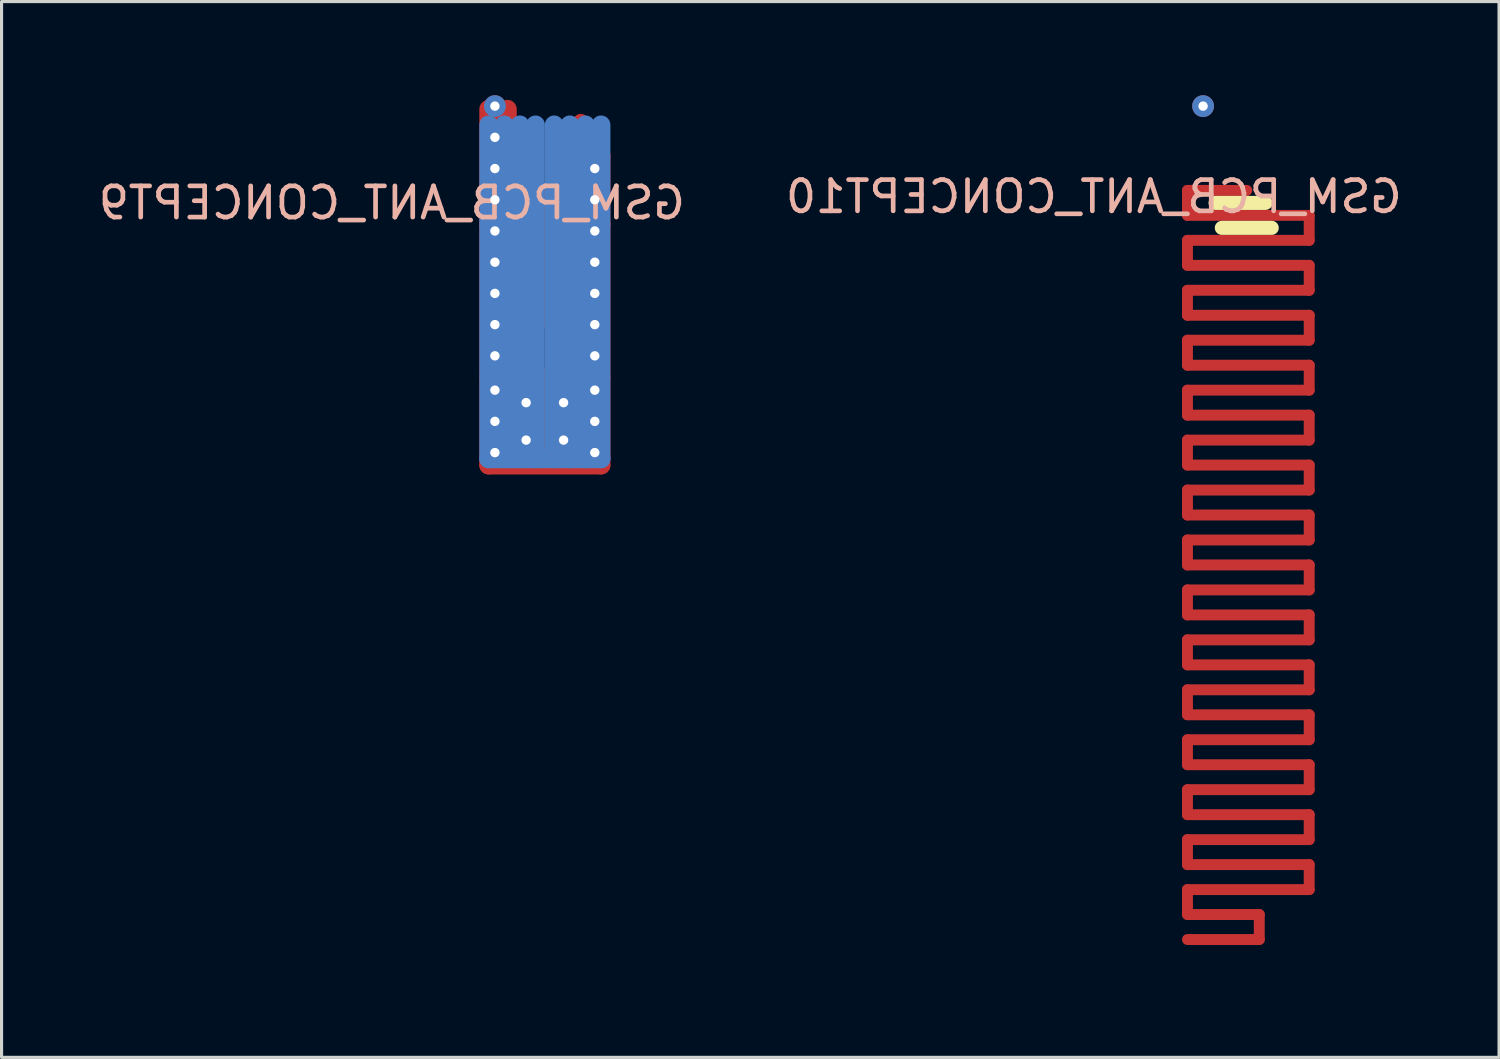
<source format=kicad_pcb>
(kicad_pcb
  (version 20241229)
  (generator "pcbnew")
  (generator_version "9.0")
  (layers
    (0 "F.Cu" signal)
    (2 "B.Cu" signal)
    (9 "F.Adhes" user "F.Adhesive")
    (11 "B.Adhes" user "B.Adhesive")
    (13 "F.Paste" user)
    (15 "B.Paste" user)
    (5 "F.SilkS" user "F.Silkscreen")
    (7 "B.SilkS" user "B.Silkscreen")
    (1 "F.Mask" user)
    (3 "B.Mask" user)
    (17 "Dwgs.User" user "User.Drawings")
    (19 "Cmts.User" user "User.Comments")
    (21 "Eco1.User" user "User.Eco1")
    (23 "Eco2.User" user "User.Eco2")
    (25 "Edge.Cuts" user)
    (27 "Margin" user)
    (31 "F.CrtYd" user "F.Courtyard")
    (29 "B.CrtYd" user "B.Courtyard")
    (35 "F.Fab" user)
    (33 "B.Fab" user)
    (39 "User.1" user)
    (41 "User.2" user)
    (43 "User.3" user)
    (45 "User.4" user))
  (footprint "GSM_PCB_ANT_CONCEPT10"
    (layer "F.Cu")
    (at 36.894 3.05)
    (property "Reference" "GSM_PCB_ANT_CONCEPT10" (at -4.9 0.2 0) (layer "B.SilkS") (effects (font (size 1 1) (thickness 0.15)) (justify mirror)))
    (attr through_hole)
    (fp_line (start -1.9 0) (end -1.9 0.8) (stroke (width 0.35) (type solid)) (layer "F.Cu"))
    (fp_line (start -1.9 1.6) (end -1.9 2.4) (stroke (width 0.35) (type solid)) (layer "F.Cu"))
    (fp_line (start -1.9 3.2) (end -1.9 4) (stroke (width 0.35) (type solid)) (layer "F.Cu"))
    (fp_line (start -1.9 4.8) (end -1.9 5.6) (stroke (width 0.35) (type solid)) (layer "F.Cu"))
    (fp_line (start -1.9 6.4) (end -1.9 7.2) (stroke (width 0.35) (type solid)) (layer "F.Cu"))
    (fp_line (start -1.9 8) (end -1.9 8.8) (stroke (width 0.35) (type solid)) (layer "F.Cu"))
    (fp_line (start -1.9 9.6) (end -1.9 10.4) (stroke (width 0.35) (type solid)) (layer "F.Cu"))
    (fp_line (start -1.9 11.2) (end -1.9 12) (stroke (width 0.35) (type solid)) (layer "F.Cu"))
    (fp_line (start -1.9 12.8) (end -1.9 13.6) (stroke (width 0.35) (type solid)) (layer "F.Cu"))
    (fp_line (start -1.9 14.4) (end -1.9 15.2) (stroke (width 0.35) (type solid)) (layer "F.Cu"))
    (fp_line (start -1.9 16) (end -1.9 16.8) (stroke (width 0.35) (type solid)) (layer "F.Cu"))
    (fp_line (start -1.9 17.6) (end -1.9 18.4) (stroke (width 0.35) (type solid)) (layer "F.Cu"))
    (fp_line (start -1.9 19.2) (end -1.9 20) (stroke (width 0.35) (type solid)) (layer "F.Cu"))
    (fp_line (start -1.9 20.8) (end -1.9 21.6) (stroke (width 0.35) (type solid)) (layer "F.Cu"))
    (fp_line (start -1.9 22.4) (end -1.9 23.2) (stroke (width 0.35) (type solid)) (layer "F.Cu"))
    (fp_line (start 0 0) (end -1.9 0) (stroke (width 0.35) (type solid)) (layer "F.Cu"))
    (fp_line (start 0.4 23.2) (end -1.9 23.2) (stroke (width 0.35) (type solid)) (layer "F.Cu"))
    (fp_line (start 0.4 23.2) (end 0.4 24) (stroke (width 0.35) (type solid)) (layer "F.Cu"))
    (fp_line (start 0.4 24) (end -1.9 24) (stroke (width 0.35) (type solid)) (layer "F.Cu"))
    (fp_line (start 2 0.8) (end -1.9 0.8) (stroke (width 0.35) (type solid)) (layer "F.Cu"))
    (fp_line (start 2 0.8) (end 2 1.6) (stroke (width 0.35) (type solid)) (layer "F.Cu"))
    (fp_line (start 2 1.6) (end -1.9 1.6) (stroke (width 0.35) (type solid)) (layer "F.Cu"))
    (fp_line (start 2 2.4) (end -1.9 2.4) (stroke (width 0.35) (type solid)) (layer "F.Cu"))
    (fp_line (start 2 2.4) (end 2 3.2) (stroke (width 0.35) (type solid)) (layer "F.Cu"))
    (fp_line (start 2 3.2) (end -1.9 3.2) (stroke (width 0.35) (type solid)) (layer "F.Cu"))
    (fp_line (start 2 4) (end -1.9 4) (stroke (width 0.35) (type solid)) (layer "F.Cu"))
    (fp_line (start 2 4) (end 2 4.8) (stroke (width 0.35) (type solid)) (layer "F.Cu"))
    (fp_line (start 2 4.8) (end -1.9 4.8) (stroke (width 0.35) (type solid)) (layer "F.Cu"))
    (fp_line (start 2 5.6) (end -1.9 5.6) (stroke (width 0.35) (type solid)) (layer "F.Cu"))
    (fp_line (start 2 5.6) (end 2 6.4) (stroke (width 0.35) (type solid)) (layer "F.Cu"))
    (fp_line (start 2 6.4) (end -1.9 6.4) (stroke (width 0.35) (type solid)) (layer "F.Cu"))
    (fp_line (start 2 7.2) (end -1.9 7.2) (stroke (width 0.35) (type solid)) (layer "F.Cu"))
    (fp_line (start 2 7.2) (end 2 8) (stroke (width 0.35) (type solid)) (layer "F.Cu"))
    (fp_line (start 2 8) (end -1.9 8) (stroke (width 0.35) (type solid)) (layer "F.Cu"))
    (fp_line (start 2 8.8) (end -1.9 8.8) (stroke (width 0.35) (type solid)) (layer "F.Cu"))
    (fp_line (start 2 8.8) (end 2 9.6) (stroke (width 0.35) (type solid)) (layer "F.Cu"))
    (fp_line (start 2 9.6) (end -1.9 9.6) (stroke (width 0.35) (type solid)) (layer "F.Cu"))
    (fp_line (start 2 10.4) (end -1.9 10.4) (stroke (width 0.35) (type solid)) (layer "F.Cu"))
    (fp_line (start 2 10.4) (end 2 11.2) (stroke (width 0.35) (type solid)) (layer "F.Cu"))
    (fp_line (start 2 11.2) (end -1.9 11.2) (stroke (width 0.35) (type solid)) (layer "F.Cu"))
    (fp_line (start 2 12) (end -1.9 12) (stroke (width 0.35) (type solid)) (layer "F.Cu"))
    (fp_line (start 2 12) (end 2 12.8) (stroke (width 0.35) (type solid)) (layer "F.Cu"))
    (fp_line (start 2 12.8) (end -1.9 12.8) (stroke (width 0.35) (type solid)) (layer "F.Cu"))
    (fp_line (start 2 13.6) (end -1.9 13.6) (stroke (width 0.35) (type solid)) (layer "F.Cu"))
    (fp_line (start 2 13.6) (end 2 14.4) (stroke (width 0.35) (type solid)) (layer "F.Cu"))
    (fp_line (start 2 14.4) (end -1.9 14.4) (stroke (width 0.35) (type solid)) (layer "F.Cu"))
    (fp_line (start 2 15.2) (end -1.9 15.2) (stroke (width 0.35) (type solid)) (layer "F.Cu"))
    (fp_line (start 2 15.2) (end 2 16) (stroke (width 0.35) (type solid)) (layer "F.Cu"))
    (fp_line (start 2 16) (end -1.9 16) (stroke (width 0.35) (type solid)) (layer "F.Cu"))
    (fp_line (start 2 16.8) (end -1.9 16.8) (stroke (width 0.35) (type solid)) (layer "F.Cu"))
    (fp_line (start 2 16.8) (end 2 17.6) (stroke (width 0.35) (type solid)) (layer "F.Cu"))
    (fp_line (start 2 17.6) (end -1.9 17.6) (stroke (width 0.35) (type solid)) (layer "F.Cu"))
    (fp_line (start 2 18.4) (end -1.9 18.4) (stroke (width 0.35) (type solid)) (layer "F.Cu"))
    (fp_line (start 2 18.4) (end 2 19.2) (stroke (width 0.35) (type solid)) (layer "F.Cu"))
    (fp_line (start 2 19.2) (end -1.9 19.2) (stroke (width 0.35) (type solid)) (layer "F.Cu"))
    (fp_line (start 2 20) (end -1.9 20) (stroke (width 0.35) (type solid)) (layer "F.Cu"))
    (fp_line (start 2 20) (end 2 20.8) (stroke (width 0.35) (type solid)) (layer "F.Cu"))
    (fp_line (start 2 20.8) (end -1.9 20.8) (stroke (width 0.35) (type solid)) (layer "F.Cu"))
    (fp_line (start 2 21.6) (end -1.9 21.6) (stroke (width 0.35) (type solid)) (layer "F.Cu"))
    (fp_line (start 2 21.6) (end 2 22.4) (stroke (width 0.35) (type solid)) (layer "F.Cu"))
    (fp_line (start 2 22.4) (end -1.9 22.4) (stroke (width 0.35) (type solid)) (layer "F.Cu"))
    (fp_line (start -1 0.4) (end 0.6 0.4) (stroke (width 0.45) (type solid)) (layer "F.SilkS"))
    (fp_line (start -0.8 1.2) (end 0.8 1.2) (stroke (width 0.45) (type solid)) (layer "F.SilkS"))
    (fp_line (start -2.15 -2.3) (end -2.15 22.6) (stroke (width 0.05) (type solid)) (layer "Eco1.User"))
    (fp_line (start -2.15 -2.3) (end 2.25 -2.3) (stroke (width 0.05) (type solid)) (layer "Eco1.User"))
    (fp_line (start -2.15 22.6) (end 2.05 22.6) (stroke (width 0.05) (type solid)) (layer "Eco1.User"))
    (fp_line (start -2.15 22.7) (end -2.15 22.8) (stroke (width 0.05) (type solid)) (layer "Eco1.User"))
    (fp_line (start -2.15 22.95) (end -2.15 23.05) (stroke (width 0.05) (type solid)) (layer "Eco1.User"))
    (fp_line (start -2.15 23.2) (end -2.15 23.3) (stroke (width 0.05) (type solid)) (layer "Eco1.User"))
    (fp_line (start -2.15 23.45) (end -2.15 23.55) (stroke (width 0.05) (type solid)) (layer "Eco1.User"))
    (fp_line (start -2.15 23.7) (end -2.15 23.8) (stroke (width 0.05) (type solid)) (layer "Eco1.User"))
    (fp_line (start -2.15 23.95) (end -2.15 24.05) (stroke (width 0.05) (type solid)) (layer "Eco1.User"))
    (fp_line (start -2.15 24.2) (end -2.15 24.3) (stroke (width 0.05) (type solid)) (layer "Eco1.User"))
    (fp_line (start -2.15 24.45) (end -2.15 24.55) (stroke (width 0.05) (type solid)) (layer "Eco1.User"))
    (fp_line (start -2.15 24.55) (end -2.05 24.55) (stroke (width 0.05) (type solid)) (layer "Eco1.User"))
    (fp_line (start -1.9 24.55) (end -1.8 24.55) (stroke (width 0.05) (type solid)) (layer "Eco1.User"))
    (fp_line (start -1.65 24.55) (end -1.55 24.55) (stroke (width 0.05) (type solid)) (layer "Eco1.User"))
    (fp_line (start -1.4 24.55) (end -1.3 24.55) (stroke (width 0.05) (type solid)) (layer "Eco1.User"))
    (fp_line (start -1.15 24.55) (end -1.05 24.55) (stroke (width 0.05) (type solid)) (layer "Eco1.User"))
    (fp_line (start -0.9 24.55) (end -0.8 24.55) (stroke (width 0.05) (type solid)) (layer "Eco1.User"))
    (fp_line (start -0.65 24.55) (end -0.55 24.55) (stroke (width 0.05) (type solid)) (layer "Eco1.User"))
    (fp_line (start -0.45 -0.325) (end -0.45 0.325) (stroke (width 0.05) (type solid)) (layer "Eco1.User"))
    (fp_line (start -0.45 -0.325) (end 0.45 -0.325) (stroke (width 0.05) (type solid)) (layer "Eco1.User"))
    (fp_line (start -0.45 0.325) (end 0.45 0.325) (stroke (width 0.05) (type solid)) (layer "Eco1.User"))
    (fp_line (start -0.4 24.55) (end -0.3 24.55) (stroke (width 0.05) (type solid)) (layer "Eco1.User"))
    (fp_line (start -0.15 24.55) (end -0.05 24.55) (stroke (width 0.05) (type solid)) (layer "Eco1.User"))
    (fp_line (start 0.1 24.55) (end 0.15 24.55) (stroke (width 0.05) (type solid)) (layer "Eco1.User"))
    (fp_line (start 0.275 24.375) (end 0.2 24.45) (stroke (width 0.05) (type solid)) (layer "Eco1.User"))
    (fp_line (start 0.45 -0.325) (end 0.45 0.325) (stroke (width 0.05) (type solid)) (layer "Eco1.User"))
    (fp_line (start 0.45 24.2) (end 0.375 24.275) (stroke (width 0.05) (type solid)) (layer "Eco1.User"))
    (fp_line (start 0.625 24.025) (end 0.55 24.1) (stroke (width 0.05) (type solid)) (layer "Eco1.User"))
    (fp_line (start 0.8 23.85) (end 0.725 23.925) (stroke (width 0.05) (type solid)) (layer "Eco1.User"))
    (fp_line (start 0.975 23.675) (end 0.9 23.75) (stroke (width 0.05) (type solid)) (layer "Eco1.User"))
    (fp_line (start 1.15 23.5) (end 1.075 23.575) (stroke (width 0.05) (type solid)) (layer "Eco1.User"))
    (fp_line (start 1.325 23.325) (end 1.25 23.4) (stroke (width 0.05) (type solid)) (layer "Eco1.User"))
    (fp_line (start 1.525 23.125) (end 1.45 23.2) (stroke (width 0.05) (type solid)) (layer "Eco1.User"))
    (fp_line (start 1.725 22.925) (end 1.65 23) (stroke (width 0.05) (type solid)) (layer "Eco1.User"))
    (fp_line (start 1.913 22.738) (end 1.837 22.812) (stroke (width 0.05) (type solid)) (layer "Eco1.User"))
    (fp_line (start 2.25 -2.3) (end 2.25 22.4) (stroke (width 0.05) (type solid)) (layer "Eco1.User"))
    (fp_line (start 2.25 22.4) (end 2.05 22.6) (stroke (width 0.05) (type solid)) (layer "Eco1.User"))
    (pad "1" smd rect (at 0 0) (size 0.2 0.2) (layers "F.Cu"))
    (pad "2" thru_hole circle (at -1.4 -2.7) (size 0.7 0.7) (drill 0.3) (layers "*.Cu")))
  (footprint "GSM_PCB_ANT_CONCEPT9"
    (layer "F.Cu")
    (at 14.406 3.25)
    (property "Reference" "GSM_PCB_ANT_CONCEPT9" (at -4.9 0.2 0) (layer "B.SilkS") (effects (font (size 1 1) (thickness 0.15)) (justify mirror)))
    (attr through_hole)
    (fp_line (start -1.8 -2.8) (end -1.8 0.9) (stroke (width 0.6) (type solid)) (layer "F.Cu"))
    (fp_line (start -1.8 0.9) (end -1.2 0.9) (stroke (width 0.6) (type solid)) (layer "F.Cu"))
    (fp_line (start -1.8 1) (end -1.8 8.6) (stroke (width 0.6) (type solid)) (layer "F.Cu"))
    (fp_line (start -1.4 1) (end -1.4 8.4) (stroke (width 0.6) (type solid)) (layer "F.Cu"))
    (fp_line (start -1.2 -2.8) (end -1.2 0.9) (stroke (width 0.6) (type solid)) (layer "F.Cu"))
    (fp_line (start 0 0) (end 0 3.2) (stroke (width 0.6) (type solid)) (layer "F.Cu"))
    (fp_line (start 1.15 -1.3) (end 1.15 -2.4) (stroke (width 0.5) (type solid)) (layer "F.Cu"))
    (fp_line (start 1.2 -1.3) (end 1.2 0.9) (stroke (width 0.6) (type solid)) (layer "F.Cu"))
    (fp_line (start 1.2 -1.3) (end 1.8 -1.3) (stroke (width 0.6) (type solid)) (layer "F.Cu"))
    (fp_line (start 1.2 0.9) (end 1.8 0.9) (stroke (width 0.6) (type solid)) (layer "F.Cu"))
    (fp_line (start 1.4 0.9) (end 1.4 8.4) (stroke (width 0.6) (type solid)) (layer "F.Cu"))
    (fp_line (start 1.8 -1.3) (end 1.8 0.9) (stroke (width 0.6) (type solid)) (layer "F.Cu"))
    (fp_line (start 1.8 0.9) (end 1.8 8.6) (stroke (width 0.6) (type solid)) (layer "F.Cu"))
    (fp_line (start 1.8 5.8) (end -1.8 5.8) (stroke (width 0.6) (type solid)) (layer "F.Cu"))
    (fp_line (start 1.8 8.6) (end -1.8 8.6) (stroke (width 0.6) (type solid)) (layer "F.Cu"))
    (fp_line (start -1.8 -2.3) (end -1.8 8.4) (stroke (width 0.6) (type solid)) (layer "B.Cu"))
    (fp_line (start -1.8 8.4) (end 1.8 8.4) (stroke (width 0.6) (type solid)) (layer "B.Cu"))
    (fp_line (start -1.3 -2.3) (end -1.3 8.4) (stroke (width 0.6) (type solid)) (layer "B.Cu"))
    (fp_line (start -0.8 -2.3) (end -0.8 8.4) (stroke (width 0.6) (type solid)) (layer "B.Cu"))
    (fp_line (start -0.3 -2.3) (end -0.3 8.4) (stroke (width 0.6) (type solid)) (layer "B.Cu"))
    (fp_line (start 0.3 -2.3) (end 0.3 8.4) (stroke (width 0.6) (type solid)) (layer "B.Cu"))
    (fp_line (start 0.8 -2.3) (end 0.8 8.4) (stroke (width 0.6) (type solid)) (layer "B.Cu"))
    (fp_line (start 1.3 -2.3) (end 1.3 8.4) (stroke (width 0.6) (type solid)) (layer "B.Cu"))
    (fp_line (start 1.8 -2.3) (end 1.8 8.4) (stroke (width 0.6) (type solid)) (layer "B.Cu"))
    (fp_line (start -2.15 -2.3) (end -2.15 22.6) (stroke (width 0.05) (type solid)) (layer "Eco1.User"))
    (fp_line (start -2.15 -2.3) (end 2.25 -2.3) (stroke (width 0.05) (type solid)) (layer "Eco1.User"))
    (fp_line (start -2.15 2.2) (end 2.25 2.2) (stroke (width 0.05) (type solid)) (layer "Eco1.User"))
    (fp_line (start -2.15 4.2) (end 2.25 4.2) (stroke (width 0.05) (type solid)) (layer "Eco1.User"))
    (fp_line (start -2.15 5.7) (end 2.25 5.7) (stroke (width 0.05) (type solid)) (layer "Eco1.User"))
    (fp_line (start -2.15 8.7) (end 2.25 8.7) (stroke (width 0.05) (type solid)) (layer "Eco1.User"))
    (fp_line (start -2.15 22.6) (end 2.05 22.6) (stroke (width 0.05) (type solid)) (layer "Eco1.User"))
    (fp_line (start -2.15 22.7) (end -2.15 22.8) (stroke (width 0.05) (type solid)) (layer "Eco1.User"))
    (fp_line (start -2.15 22.95) (end -2.15 23.05) (stroke (width 0.05) (type solid)) (layer "Eco1.User"))
    (fp_line (start -2.15 23.2) (end -2.15 23.3) (stroke (width 0.05) (type solid)) (layer "Eco1.User"))
    (fp_line (start -2.15 23.45) (end -2.15 23.55) (stroke (width 0.05) (type solid)) (layer "Eco1.User"))
    (fp_line (start -2.15 23.7) (end -2.15 23.8) (stroke (width 0.05) (type solid)) (layer "Eco1.User"))
    (fp_line (start -2.15 23.95) (end -2.15 24.05) (stroke (width 0.05) (type solid)) (layer "Eco1.User"))
    (fp_line (start -2.15 24.2) (end -2.15 24.3) (stroke (width 0.05) (type solid)) (layer "Eco1.User"))
    (fp_line (start -2.15 24.45) (end -2.15 24.55) (stroke (width 0.05) (type solid)) (layer "Eco1.User"))
    (fp_line (start -2.15 24.55) (end -2.05 24.55) (stroke (width 0.05) (type solid)) (layer "Eco1.User"))
    (fp_line (start -1.9 24.55) (end -1.8 24.55) (stroke (width 0.05) (type solid)) (layer "Eco1.User"))
    (fp_line (start -1.65 24.55) (end -1.55 24.55) (stroke (width 0.05) (type solid)) (layer "Eco1.User"))
    (fp_line (start -1.4 24.55) (end -1.3 24.55) (stroke (width 0.05) (type solid)) (layer "Eco1.User"))
    (fp_line (start -1.15 24.55) (end -1.05 24.55) (stroke (width 0.05) (type solid)) (layer "Eco1.User"))
    (fp_line (start -0.9 24.55) (end -0.8 24.55) (stroke (width 0.05) (type solid)) (layer "Eco1.User"))
    (fp_line (start -0.65 24.55) (end -0.55 24.55) (stroke (width 0.05) (type solid)) (layer "Eco1.User"))
    (fp_line (start -0.45 -0.325) (end -0.45 0.325) (stroke (width 0.05) (type solid)) (layer "Eco1.User"))
    (fp_line (start -0.45 -0.325) (end 0.45 -0.325) (stroke (width 0.05) (type solid)) (layer "Eco1.User"))
    (fp_line (start -0.45 0.325) (end 0.45 0.325) (stroke (width 0.05) (type solid)) (layer "Eco1.User"))
    (fp_line (start -0.4 24.55) (end -0.3 24.55) (stroke (width 0.05) (type solid)) (layer "Eco1.User"))
    (fp_line (start -0.15 24.55) (end -0.05 24.55) (stroke (width 0.05) (type solid)) (layer "Eco1.User"))
    (fp_line (start 0.1 24.55) (end 0.15 24.55) (stroke (width 0.05) (type solid)) (layer "Eco1.User"))
    (fp_line (start 0.275 24.375) (end 0.2 24.45) (stroke (width 0.05) (type solid)) (layer "Eco1.User"))
    (fp_line (start 0.45 -0.325) (end 0.45 0.325) (stroke (width 0.05) (type solid)) (layer "Eco1.User"))
    (fp_line (start 0.45 24.2) (end 0.375 24.275) (stroke (width 0.05) (type solid)) (layer "Eco1.User"))
    (fp_line (start 0.625 24.025) (end 0.55 24.1) (stroke (width 0.05) (type solid)) (layer "Eco1.User"))
    (fp_line (start 0.8 23.85) (end 0.725 23.925) (stroke (width 0.05) (type solid)) (layer "Eco1.User"))
    (fp_line (start 0.975 23.675) (end 0.9 23.75) (stroke (width 0.05) (type solid)) (layer "Eco1.User"))
    (fp_line (start 1.15 23.5) (end 1.075 23.575) (stroke (width 0.05) (type solid)) (layer "Eco1.User"))
    (fp_line (start 1.325 23.325) (end 1.25 23.4) (stroke (width 0.05) (type solid)) (layer "Eco1.User"))
    (fp_line (start 1.525 23.125) (end 1.45 23.2) (stroke (width 0.05) (type solid)) (layer "Eco1.User"))
    (fp_line (start 1.725 22.925) (end 1.65 23) (stroke (width 0.05) (type solid)) (layer "Eco1.User"))
    (fp_line (start 1.913 22.738) (end 1.837 22.812) (stroke (width 0.05) (type solid)) (layer "Eco1.User"))
    (fp_line (start 2.25 -2.3) (end 2.25 22.4) (stroke (width 0.05) (type solid)) (layer "Eco1.User"))
    (fp_line (start 2.25 22.4) (end 2.05 22.6) (stroke (width 0.05) (type solid)) (layer "Eco1.User"))
    (pad "1" smd rect (at 0 0) (size 0.2 0.2) (layers "F.Cu"))
    (pad "1" smd roundrect (at 0 3.2) (size 1 2) (layers "F.Cu" "F.Mask") (roundrect_rratio 0.25))
    (pad "2" thru_hole circle (at -1.6 -2.9) (size 0.7 0.7) (drill 0.3) (layers "*.Cu"))
    (pad "2" thru_hole circle (at -1.6 -1.9) (size 0.7 0.7) (drill 0.3) (layers "*.Cu"))
    (pad "2" thru_hole circle (at -1.6 -0.9) (size 0.7 0.7) (drill 0.3) (layers "*.Cu"))
    (pad "2" thru_hole circle (at -1.6 0.1) (size 0.7 0.7) (drill 0.3) (layers "*.Cu"))
    (pad "2" thru_hole circle (at -1.6 1.1) (size 0.7 0.7) (drill 0.3) (layers "*.Cu"))
    (pad "2" thru_hole circle (at -1.6 2.1) (size 0.7 0.7) (drill 0.3) (layers "*.Cu"))
    (pad "2" thru_hole circle (at -1.6 3.1) (size 0.7 0.7) (drill 0.3) (layers "*.Cu"))
    (pad "2" thru_hole circle (at -1.6 4.1) (size 0.7 0.7) (drill 0.3) (layers "*.Cu"))
    (pad "2" thru_hole circle (at -1.6 5.1) (size 0.7 0.7) (drill 0.3) (layers "*.Cu"))
    (pad "2" thru_hole circle (at -1.6 6.2) (size 0.7 0.7) (drill 0.3) (layers "*.Cu"))
    (pad "2" thru_hole circle (at -1.6 7.2) (size 0.7 0.7) (drill 0.3) (layers "*.Cu"))
    (pad "2" thru_hole circle (at -1.6 8.2) (size 0.7 0.7) (drill 0.3) (layers "*.Cu"))
    (pad "2" thru_hole circle (at -0.6 6.6) (size 0.7 0.7) (drill 0.3) (layers "*.Cu"))
    (pad "2" thru_hole circle (at -0.6 7.8) (size 0.7 0.7) (drill 0.3) (layers "*.Cu"))
    (pad "2" smd rect (at 0 7.2) (size 2.2 3) (layers "F.Cu" "F.Mask"))
    (pad "2" thru_hole circle (at 0.6 6.6) (size 0.7 0.7) (drill 0.3) (layers "*.Cu"))
    (pad "2" thru_hole circle (at 0.6 7.8) (size 0.7 0.7) (drill 0.3) (layers "*.Cu"))
    (pad "2" thru_hole circle (at 1.6 -0.9) (size 0.7 0.7) (drill 0.3) (layers "*.Cu"))
    (pad "2" thru_hole circle (at 1.6 0.1) (size 0.7 0.7) (drill 0.3) (layers "*.Cu"))
    (pad "2" thru_hole circle (at 1.6 1.1) (size 0.7 0.7) (drill 0.3) (layers "*.Cu"))
    (pad "2" thru_hole circle (at 1.6 2.1) (size 0.7 0.7) (drill 0.3) (layers "*.Cu"))
    (pad "2" thru_hole circle (at 1.6 3.1) (size 0.7 0.7) (drill 0.3) (layers "*.Cu"))
    (pad "2" thru_hole circle (at 1.6 4.1) (size 0.7 0.7) (drill 0.3) (layers "*.Cu"))
    (pad "2" thru_hole circle (at 1.6 5.1) (size 0.7 0.7) (drill 0.3) (layers "*.Cu"))
    (pad "2" thru_hole circle (at 1.6 6.2) (size 0.7 0.7) (drill 0.3) (layers "*.Cu"))
    (pad "2" thru_hole circle (at 1.6 7.2) (size 0.7 0.7) (drill 0.3) (layers "*.Cu"))
    (pad "2" thru_hole circle (at 1.6 8.2) (size 0.7 0.7) (drill 0.3) (layers "*.Cu")))
  (gr_rect
    (start -3 -3)
    (end 44.976 30.825)
    (stroke (width 0.1) (type default))
    (fill no)
    (layer "Edge.Cuts")))
</source>
